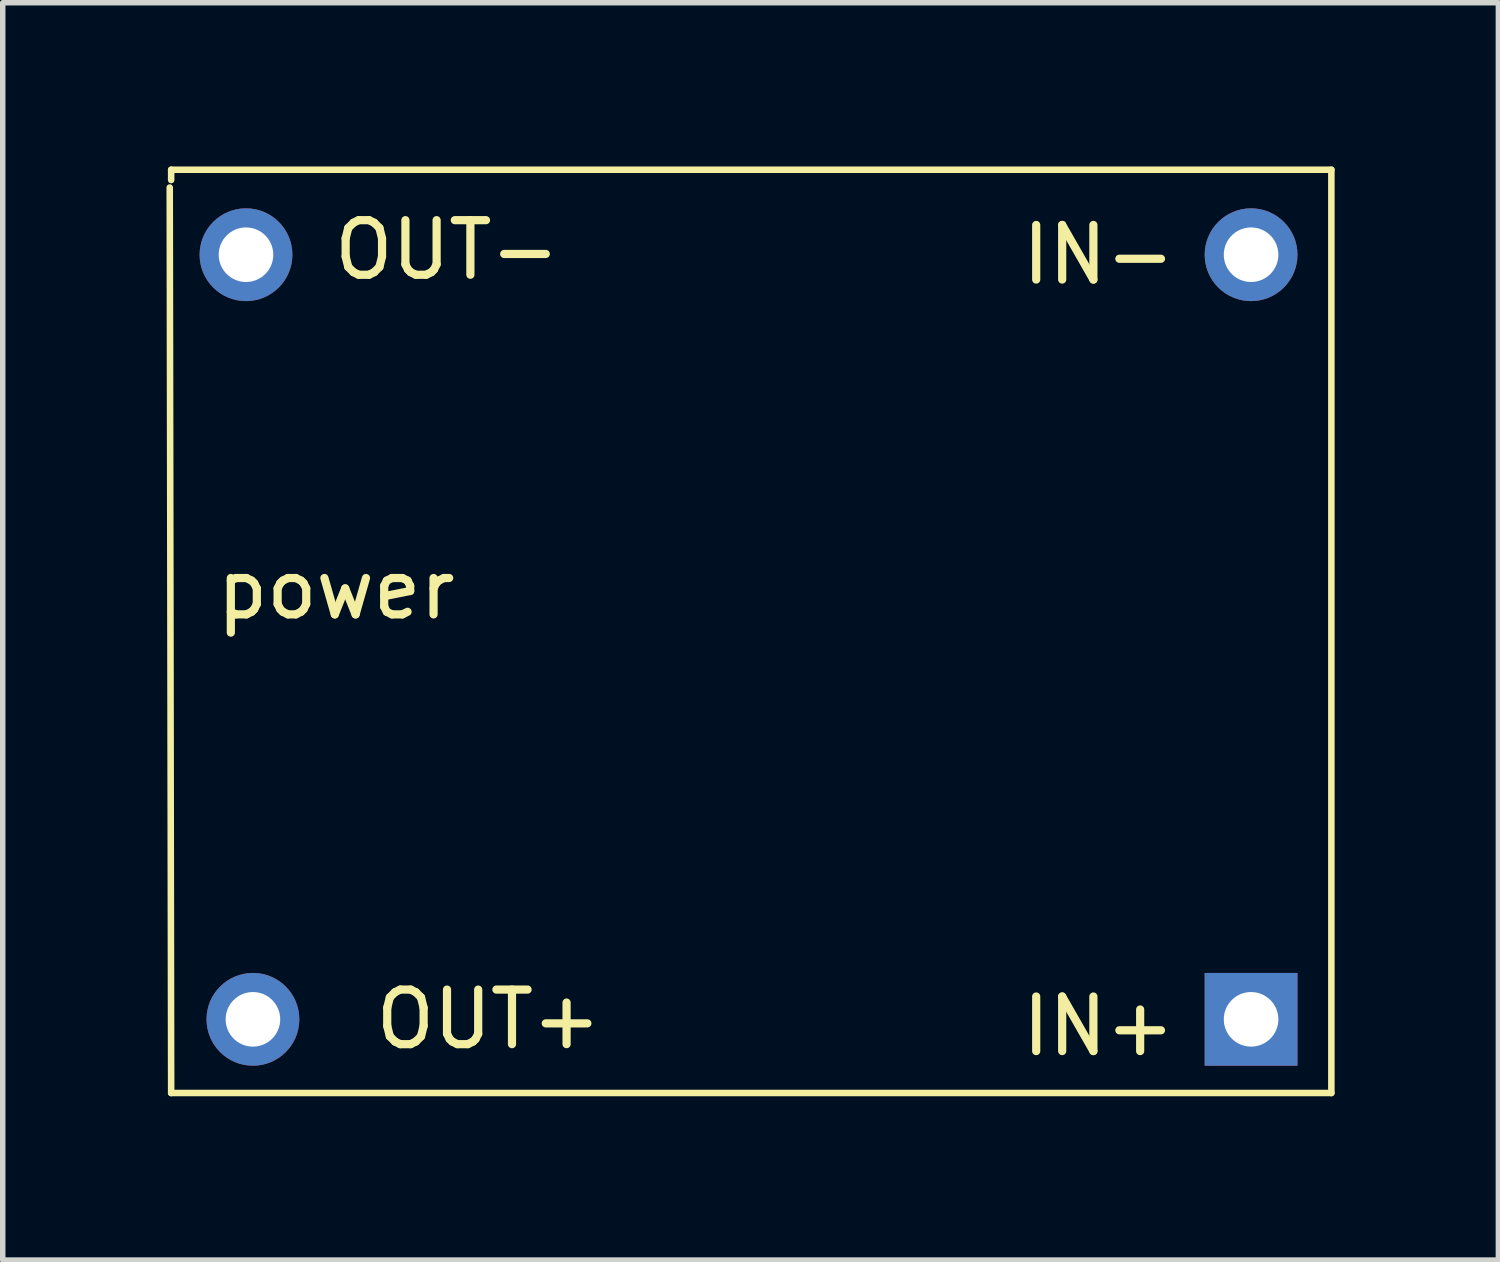
<source format=kicad_pcb>
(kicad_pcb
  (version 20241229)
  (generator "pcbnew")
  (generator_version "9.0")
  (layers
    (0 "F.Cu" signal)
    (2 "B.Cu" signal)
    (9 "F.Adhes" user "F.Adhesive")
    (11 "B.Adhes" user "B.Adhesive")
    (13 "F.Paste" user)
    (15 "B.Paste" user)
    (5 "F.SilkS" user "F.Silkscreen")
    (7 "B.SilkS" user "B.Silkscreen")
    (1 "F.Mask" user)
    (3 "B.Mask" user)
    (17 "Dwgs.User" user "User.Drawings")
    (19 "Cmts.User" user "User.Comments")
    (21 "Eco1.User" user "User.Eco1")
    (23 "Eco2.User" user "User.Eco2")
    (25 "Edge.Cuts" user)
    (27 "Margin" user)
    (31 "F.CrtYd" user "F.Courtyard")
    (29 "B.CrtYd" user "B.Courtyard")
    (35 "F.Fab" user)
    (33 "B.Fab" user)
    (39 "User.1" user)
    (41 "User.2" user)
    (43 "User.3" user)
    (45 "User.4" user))
  (footprint "power"
    (layer "F.Cu")
    (at 1.457 1.617)
    (property "Reference" "power" (at 1.651 6.135 0) (layer "F.SilkS") (effects (font (size 1 1) (thickness 0.15))))
    (attr through_hole)
    (fp_line (start -1.397 -1.231) (end -1.371 15.359) (stroke (width 0.12) (type solid)) (layer "F.SilkS"))
    (fp_line (start -1.371 -1.557) (end -1.371 -1.369) (stroke (width 0.12) (type solid)) (layer "F.SilkS"))
    (fp_line (start -1.371 15.359) (end 19.886 15.359) (stroke (width 0.12) (type solid)) (layer "F.SilkS"))
    (fp_line (start 19.886 -1.557) (end -1.371 -1.557) (stroke (width 0.12) (type solid)) (layer "F.SilkS"))
    (fp_line (start 19.886 15.359) (end 19.886 -1.557) (stroke (width 0.12) (type solid)) (layer "F.SilkS"))
    (fp_text user "IN+" (at 15.621 14.136 0) (unlocked yes) (layer "F.SilkS") (effects (font (size 1 1) (thickness 0.15))))
    (fp_text user "OUT+" (at 4.445 14.009 0) (unlocked yes) (layer "F.SilkS") (effects (font (size 1 1) (thickness 0.15))))
    (fp_text user "IN-" (at 15.621 0 0) (unlocked yes) (layer "F.SilkS") (effects (font (size 1 1) (thickness 0.15))))
    (fp_text user "OUT-" (at 3.683 -0.088 0) (unlocked yes) (layer "F.SilkS") (effects (font (size 1 1) (thickness 0.15))))
    (pad "1" thru_hole rect (at 18.415 14.009) (size 1.7 1.7) (drill 1) (layers "*.Cu" "*.Mask"))
    (pad "2" thru_hole oval (at 18.415 0) (size 1.7 1.7) (drill 1) (layers "*.Cu" "*.Mask"))
    (pad "3" thru_hole oval (at 0 0) (size 1.7 1.7) (drill 1) (layers "*.Cu" "*.Mask"))
    (pad "4" thru_hole oval (at 0.127 14.009) (size 1.7 1.7) (drill 1) (layers "*.Cu" "*.Mask")))
  (gr_rect
    (start -3 -3)
    (end 24.403 20.037)
    (stroke (width 0.1) (type default))
    (fill no)
    (layer "Edge.Cuts")))
</source>
